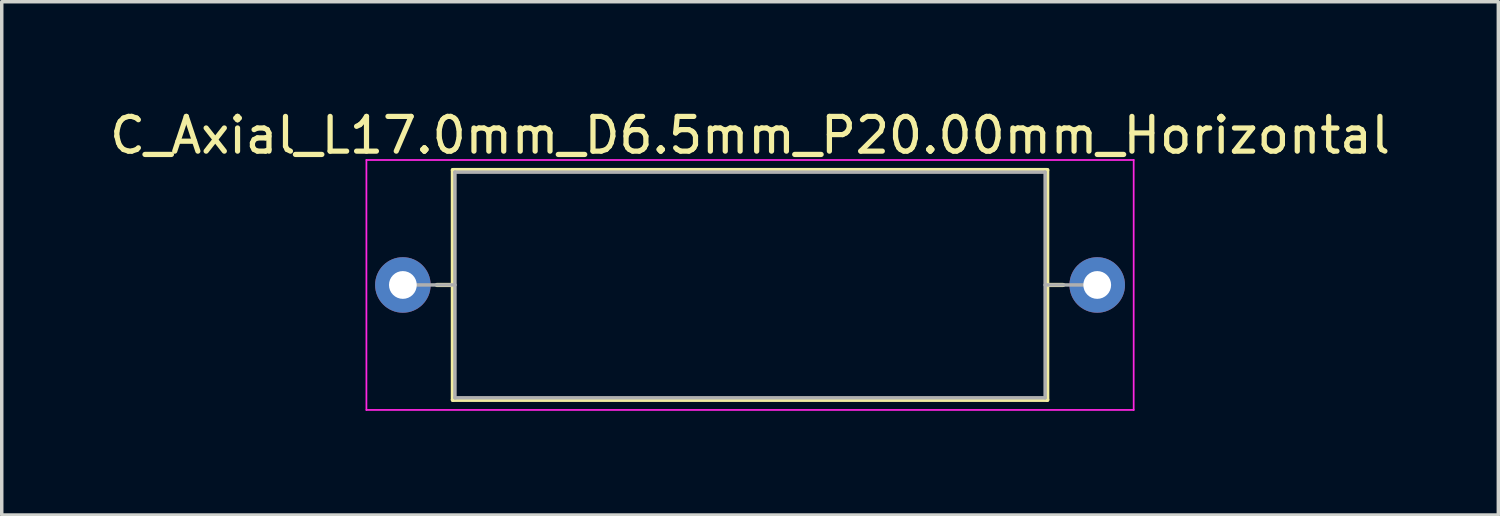
<source format=kicad_pcb>
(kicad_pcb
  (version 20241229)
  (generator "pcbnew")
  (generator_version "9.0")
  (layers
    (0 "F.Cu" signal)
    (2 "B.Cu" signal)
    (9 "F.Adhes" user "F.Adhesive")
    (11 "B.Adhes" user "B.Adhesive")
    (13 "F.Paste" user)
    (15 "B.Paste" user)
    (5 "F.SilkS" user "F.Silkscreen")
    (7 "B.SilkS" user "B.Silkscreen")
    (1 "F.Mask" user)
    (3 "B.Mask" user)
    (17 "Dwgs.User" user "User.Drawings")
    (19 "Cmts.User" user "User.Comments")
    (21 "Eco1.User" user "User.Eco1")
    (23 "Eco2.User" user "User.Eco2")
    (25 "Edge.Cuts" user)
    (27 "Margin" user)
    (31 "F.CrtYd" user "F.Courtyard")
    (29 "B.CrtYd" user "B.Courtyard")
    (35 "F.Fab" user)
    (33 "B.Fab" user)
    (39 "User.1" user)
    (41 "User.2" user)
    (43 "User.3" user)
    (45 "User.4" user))
  (footprint "C_Axial_L17.0mm_D6.5mm_P20.00mm_Horizontal"
    (layer "F.Cu")
    (at 8.554 5.158)
    (property "Reference" "C_Axial_L17.0mm_D6.5mm_P20.00mm_Horizontal" (at 10 -4.31 0) (layer "F.SilkS") (effects (font (size 1 1) (thickness 0.15))))
    (attr through_hole)
    (fp_line (start 0.98 0) (end 1.44 0) (stroke (width 0.12) (type solid)) (layer "F.SilkS"))
    (fp_line (start 1.44 -3.31) (end 1.44 3.31) (stroke (width 0.12) (type solid)) (layer "F.SilkS"))
    (fp_line (start 1.44 3.31) (end 18.56 3.31) (stroke (width 0.12) (type solid)) (layer "F.SilkS"))
    (fp_line (start 18.56 -3.31) (end 1.44 -3.31) (stroke (width 0.12) (type solid)) (layer "F.SilkS"))
    (fp_line (start 18.56 3.31) (end 18.56 -3.31) (stroke (width 0.12) (type solid)) (layer "F.SilkS"))
    (fp_line (start 19.02 0) (end 18.56 0) (stroke (width 0.12) (type solid)) (layer "F.SilkS"))
    (fp_line (start -1.05 -3.6) (end -1.05 3.6) (stroke (width 0.05) (type solid)) (layer "F.CrtYd"))
    (fp_line (start -1.05 3.6) (end 21.05 3.6) (stroke (width 0.05) (type solid)) (layer "F.CrtYd"))
    (fp_line (start 21.05 -3.6) (end -1.05 -3.6) (stroke (width 0.05) (type solid)) (layer "F.CrtYd"))
    (fp_line (start 21.05 3.6) (end 21.05 -3.6) (stroke (width 0.05) (type solid)) (layer "F.CrtYd"))
    (fp_line (start 0 0) (end 1.5 0) (stroke (width 0.1) (type solid)) (layer "F.Fab"))
    (fp_line (start 1.5 -3.25) (end 1.5 3.25) (stroke (width 0.1) (type solid)) (layer "F.Fab"))
    (fp_line (start 1.5 3.25) (end 18.5 3.25) (stroke (width 0.1) (type solid)) (layer "F.Fab"))
    (fp_line (start 18.5 -3.25) (end 1.5 -3.25) (stroke (width 0.1) (type solid)) (layer "F.Fab"))
    (fp_line (start 18.5 3.25) (end 18.5 -3.25) (stroke (width 0.1) (type solid)) (layer "F.Fab"))
    (fp_line (start 20 0) (end 18.5 0) (stroke (width 0.1) (type solid)) (layer "F.Fab"))
    (pad "1" thru_hole circle (at 0 0) (size 1.6 1.6) (drill 0.8) (layers "*.Cu" "*.Mask"))
    (pad "2" thru_hole oval (at 20 0) (size 1.6 1.6) (drill 0.8) (layers "*.Cu" "*.Mask")))
  (gr_rect
    (start -3 -3)
    (end 40.107 11.783)
    (stroke (width 0.1) (type default))
    (fill no)
    (layer "Edge.Cuts")))
</source>
